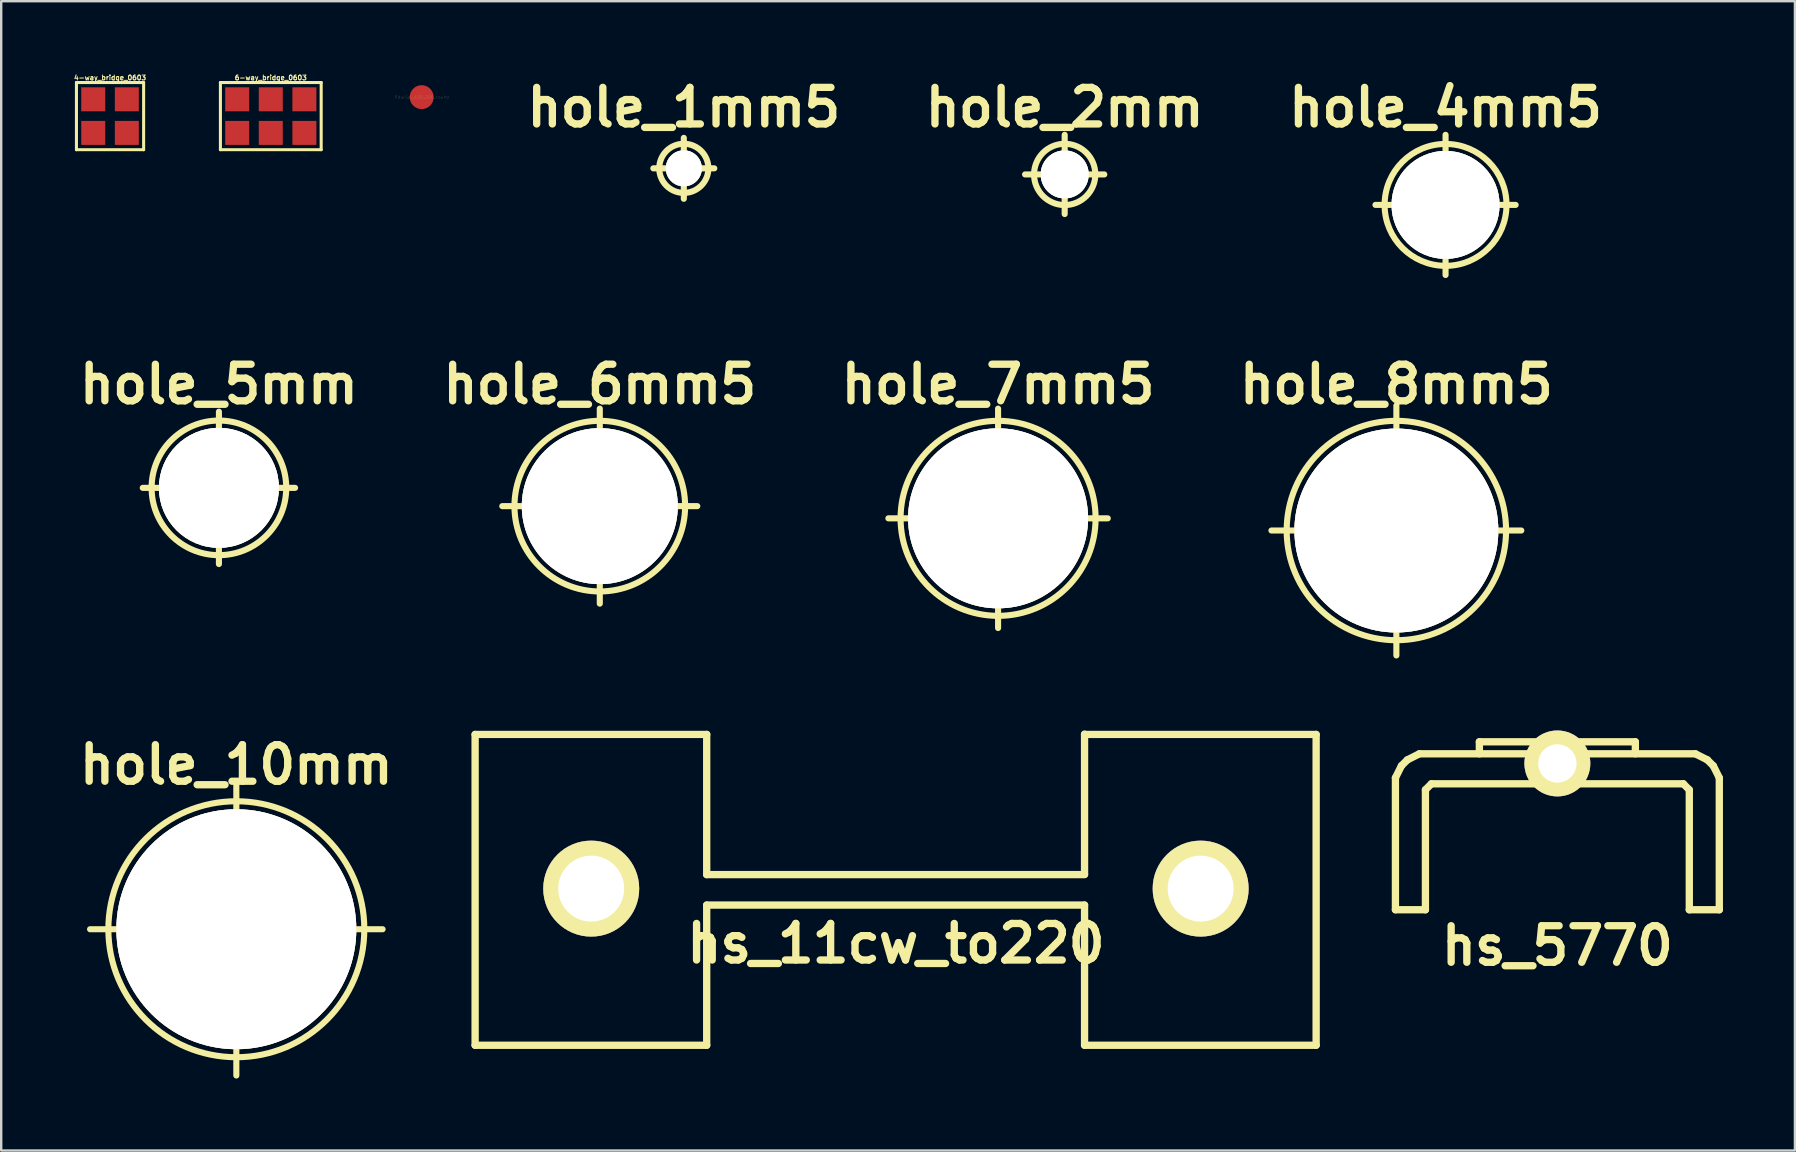
<source format=kicad_pcb>
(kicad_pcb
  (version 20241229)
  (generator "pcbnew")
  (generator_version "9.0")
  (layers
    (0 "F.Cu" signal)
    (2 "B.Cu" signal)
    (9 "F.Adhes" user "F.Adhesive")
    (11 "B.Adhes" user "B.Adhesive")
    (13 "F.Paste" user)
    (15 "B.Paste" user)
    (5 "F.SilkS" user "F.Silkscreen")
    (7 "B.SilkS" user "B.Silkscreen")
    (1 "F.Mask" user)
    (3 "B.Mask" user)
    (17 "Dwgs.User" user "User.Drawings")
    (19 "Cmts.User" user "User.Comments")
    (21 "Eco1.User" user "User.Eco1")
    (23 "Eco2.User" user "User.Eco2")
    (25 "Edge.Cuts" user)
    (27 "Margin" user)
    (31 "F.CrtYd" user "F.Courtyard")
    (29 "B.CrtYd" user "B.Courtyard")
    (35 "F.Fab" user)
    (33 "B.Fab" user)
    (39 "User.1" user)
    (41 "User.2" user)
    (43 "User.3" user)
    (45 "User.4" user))
  (footprint "hole_2mm"
    (layer "F.Cu")
    (at 41.324 4.22)
    (property "Reference" "hole_2mm" (at 0 -2.794 0) (layer "F.SilkS") (effects (font (size 1.524 1.524) (thickness 0.305))))
    (attr through_hole)
    (fp_line (start -1.651 0) (end 1.651 0) (stroke (width 0.254) (type solid)) (layer "F.SilkS"))
    (fp_line (start 0 -1.651) (end 0 1.651) (stroke (width 0.254) (type solid)) (layer "F.SilkS"))
    (fp_circle (center 0 0) (end 1.27 -0.127) (stroke (width 0.254) (type solid)) (fill no) (layer "F.SilkS"))
    (pad "1" thru_hole circle (at 0 0) (size 1.999 1.999) (drill 1.999) (layers "*.Cu" "F.SilkS")))
  (footprint "hole_4mm5"
    (layer "F.Cu")
    (at 57.198 5.49)
    (property "Reference" "hole_4mm5" (at 0 -4.064 0) (layer "F.SilkS") (effects (font (size 1.524 1.524) (thickness 0.305))))
    (attr through_hole)
    (fp_line (start -2.921 0) (end 2.921 0) (stroke (width 0.254) (type solid)) (layer "F.SilkS"))
    (fp_line (start 0 -2.921) (end 0 2.921) (stroke (width 0.254) (type solid)) (layer "F.SilkS"))
    (fp_circle (center 0 0) (end 2.54 0) (stroke (width 0.254) (type solid)) (fill no) (layer "F.SilkS"))
    (pad "1" thru_hole circle (at 0 0) (size 4.501 4.501) (drill 4.501) (layers "*.Cu" "F.SilkS")))
  (footprint "4-way_bridge_0603"
    (layer "F.Cu")
    (at 1.536 1.789)
    (property "Reference" "4-way_bridge_0603" (at 0 -1.6 0) (layer "F.SilkS") (effects (font (size 0.201 0.201) (thickness 0.041))))
    (attr through_hole)
    (fp_line (start -1.4 -1.4) (end 1.4 -1.4) (stroke (width 0.127) (type solid)) (layer "F.SilkS"))
    (fp_line (start -1.4 1.4) (end -1.4 -1.4) (stroke (width 0.127) (type solid)) (layer "F.SilkS"))
    (fp_line (start 1.4 1.4) (end -1.4 1.4) (stroke (width 0.127) (type solid)) (layer "F.SilkS"))
    (fp_line (start 1.4 1.4) (end 1.4 -1.4) (stroke (width 0.127) (type solid)) (layer "F.SilkS"))
    (pad "1" smd rect (at 0.7 -0.7) (size 1 1) (layers "F.Cu" "F.Mask" "F.Paste"))
    (pad "2" smd rect (at 0.7 0.7) (size 1 1) (layers "F.Cu" "F.Mask" "F.Paste"))
    (pad "3" smd rect (at -0.7 -0.7) (size 1 1) (layers "F.Cu" "F.Mask" "F.Paste"))
    (pad "4" smd rect (at -0.7 0.7) (size 1 1) (layers "F.Cu" "F.Mask" "F.Paste")))
  (footprint "hole_7mm5"
    (layer "F.Cu")
    (at 38.548 18.553)
    (property "Reference" "hole_7mm5" (at 0 -5.588 0) (layer "F.SilkS") (effects (font (size 1.524 1.524) (thickness 0.305))))
    (attr through_hole)
    (fp_line (start -4.572 0) (end 4.572 0) (stroke (width 0.254) (type solid)) (layer "F.SilkS"))
    (fp_line (start 0 -4.572) (end 0 4.572) (stroke (width 0.254) (type solid)) (layer "F.SilkS"))
    (fp_circle (center 0 0) (end 4.064 0) (stroke (width 0.254) (type solid)) (fill no) (layer "F.SilkS"))
    (pad "1" thru_hole circle (at 0 0) (size 7.501 7.501) (drill 7.501) (layers "*.Cu" "F.SilkS")))
  (footprint "hole_8mm5"
    (layer "F.Cu")
    (at 55.148 19.061)
    (property "Reference" "hole_8mm5" (at 0 -6.096 0) (layer "F.SilkS") (effects (font (size 1.524 1.524) (thickness 0.305))))
    (attr through_hole)
    (fp_line (start -5.207 0) (end 5.207 0) (stroke (width 0.254) (type solid)) (layer "F.SilkS"))
    (fp_line (start 0 5.207) (end 0 -5.207) (stroke (width 0.254) (type solid)) (layer "F.SilkS"))
    (fp_circle (center 0 0) (end 4.572 0) (stroke (width 0.254) (type solid)) (fill no) (layer "F.SilkS"))
    (pad "1" thru_hole circle (at 0 0) (size 8.499 8.499) (drill 8.499) (layers "*.Cu" "F.SilkS")))
  (footprint "hs_11cw_to220"
    (layer "F.Cu")
    (at 34.291 33.986)
    (property "Reference" "hs_11cw_to220" (at 0 2.286 0) (layer "F.SilkS") (effects (font (size 1.524 1.524) (thickness 0.305))))
    (attr through_hole)
    (fp_line (start -17.539 -6.426) (end -17.539 6.528) (stroke (width 0.305) (type solid)) (layer "F.SilkS"))
    (fp_line (start -17.539 6.528) (end -7.887 6.528) (stroke (width 0.305) (type solid)) (layer "F.SilkS"))
    (fp_line (start -7.887 -6.426) (end -17.539 -6.426) (stroke (width 0.305) (type solid)) (layer "F.SilkS"))
    (fp_line (start -7.887 -6.426) (end -7.887 -0.584) (stroke (width 0.305) (type solid)) (layer "F.SilkS"))
    (fp_line (start -7.887 0.686) (end -7.887 6.528) (stroke (width 0.305) (type solid)) (layer "F.SilkS"))
    (fp_line (start -7.887 0.686) (end 7.861 0.686) (stroke (width 0.305) (type solid)) (layer "F.SilkS"))
    (fp_line (start 7.861 -6.439) (end 7.861 -0.597) (stroke (width 0.305) (type solid)) (layer "F.SilkS"))
    (fp_line (start 7.861 -0.584) (end -7.887 -0.584) (stroke (width 0.305) (type solid)) (layer "F.SilkS"))
    (fp_line (start 7.861 6.528) (end 7.861 0.686) (stroke (width 0.305) (type solid)) (layer "F.SilkS"))
    (fp_line (start 7.861 6.528) (end 17.513 6.528) (stroke (width 0.305) (type solid)) (layer "F.SilkS"))
    (fp_line (start 17.513 -6.426) (end 7.861 -6.426) (stroke (width 0.305) (type solid)) (layer "F.SilkS"))
    (fp_line (start 17.513 -6.426) (end 17.513 6.528) (stroke (width 0.305) (type solid)) (layer "F.SilkS"))
    (pad "" thru_hole circle (at -12.7 0) (size 4 4) (drill 2.748) (layers "*.Cu" "*.Mask" "F.SilkS"))
    (pad "" thru_hole circle (at 12.7 0) (size 4 4) (drill 2.748) (layers "*.Cu" "*.Mask" "F.SilkS")))
  (footprint "hole_10mm"
    (layer "F.Cu")
    (at 6.8 35.679)
    (property "Reference" "hole_10mm" (at 0 -6.858 0) (layer "F.SilkS") (effects (font (size 1.524 1.524) (thickness 0.305))))
    (attr through_hole)
    (fp_line (start -6.096 0) (end 6.096 0) (stroke (width 0.254) (type solid)) (layer "F.SilkS"))
    (fp_line (start 0 -6.096) (end 0 6.096) (stroke (width 0.254) (type solid)) (layer "F.SilkS"))
    (fp_circle (center 0 0) (end 5.334 0) (stroke (width 0.254) (type solid)) (fill no) (layer "F.SilkS"))
    (pad "1" thru_hole circle (at 0 0) (size 10 10) (drill 10) (layers "*.Cu" "F.SilkS")))
  (footprint "hs_5770"
    (layer "F.Cu")
    (at 61.858 29.617)
    (property "Reference" "hs_5770" (at 0 6.749 0) (layer "F.SilkS") (effects (font (size 1.524 1.524) (thickness 0.305))))
    (attr through_hole)
    (fp_line (start -6.749 -0.249) (end -6.5 -0.749) (stroke (width 0.305) (type solid)) (layer "F.SilkS"))
    (fp_line (start -6.749 5.25) (end -6.749 -0.249) (stroke (width 0.305) (type solid)) (layer "F.SilkS"))
    (fp_line (start -6.5 -0.749) (end -6.251 -0.998) (stroke (width 0.305) (type solid)) (layer "F.SilkS"))
    (fp_line (start -6.251 -0.998) (end -5.751 -1.25) (stroke (width 0.305) (type solid)) (layer "F.SilkS"))
    (fp_line (start -5.499 0.251) (end -5.499 5.25) (stroke (width 0.305) (type solid)) (layer "F.SilkS"))
    (fp_line (start -5.499 0.251) (end -5.25 0) (stroke (width 0.305) (type solid)) (layer "F.SilkS"))
    (fp_line (start -5.499 5.25) (end -6.749 5.25) (stroke (width 0.305) (type solid)) (layer "F.SilkS"))
    (fp_line (start -5.25 0) (end 5.25 0) (stroke (width 0.305) (type solid)) (layer "F.SilkS"))
    (fp_line (start -3.251 -1.75) (end 3.251 -1.75) (stroke (width 0.305) (type solid)) (layer "F.SilkS"))
    (fp_line (start -3.251 -1.25) (end -3.251 -1.75) (stroke (width 0.305) (type solid)) (layer "F.SilkS"))
    (fp_line (start 3.251 -1.75) (end 3.251 -1.25) (stroke (width 0.305) (type solid)) (layer "F.SilkS"))
    (fp_line (start 5.25 0) (end 5.499 0.251) (stroke (width 0.305) (type solid)) (layer "F.SilkS"))
    (fp_line (start 5.499 5.25) (end 5.499 0.251) (stroke (width 0.305) (type solid)) (layer "F.SilkS"))
    (fp_line (start 5.751 -1.25) (end -5.751 -1.25) (stroke (width 0.305) (type solid)) (layer "F.SilkS"))
    (fp_line (start 5.751 -1.25) (end 6.251 -0.998) (stroke (width 0.305) (type solid)) (layer "F.SilkS"))
    (fp_line (start 6.251 -0.998) (end 6.5 -0.749) (stroke (width 0.305) (type solid)) (layer "F.SilkS"))
    (fp_line (start 6.5 -0.749) (end 6.749 -0.249) (stroke (width 0.305) (type solid)) (layer "F.SilkS"))
    (fp_line (start 6.749 -0.249) (end 6.749 5.25) (stroke (width 0.305) (type solid)) (layer "F.SilkS"))
    (fp_line (start 6.749 5.25) (end 5.499 5.25) (stroke (width 0.305) (type solid)) (layer "F.SilkS"))
    (pad "" thru_hole circle (at 0 -0.848) (size 2.748 2.748) (drill 1.598) (layers "*.Cu" "*.Mask" "F.SilkS")))
  (footprint "hole_1mm5"
    (layer "F.Cu")
    (at 25.45 3.966)
    (property "Reference" "hole_1mm5" (at 0 -2.54 0) (layer "F.SilkS") (effects (font (size 1.524 1.524) (thickness 0.305))))
    (attr through_hole)
    (fp_line (start -1.27 0) (end 1.27 0) (stroke (width 0.254) (type solid)) (layer "F.SilkS"))
    (fp_line (start 0 -1.27) (end 0 1.27) (stroke (width 0.254) (type solid)) (layer "F.SilkS"))
    (fp_circle (center 0 0) (end 1.016 -0.127) (stroke (width 0.254) (type solid)) (fill no) (layer "F.SilkS"))
    (pad "1" thru_hole circle (at 0 0) (size 1.501 1.501) (drill 1.501) (layers "*.Cu" "F.SilkS")))
  (footprint "fiducial_100_200_round"
    (layer "F.Cu")
    (at 14.525 0.999)
    (property "Reference" "fiducial_100_200_round" (at 0 0 0) (layer "F.SilkS") (effects (font (size 0.127 0.127) (thickness 0.003))))
    (attr through_hole)
    (pad "" smd circle (at 0 0) (size 1.999 1.999) (layers "F.Mask"))
    (pad "1" smd circle (at 0 0) (size 0.996 0.996) (layers "F.Cu" "F.Mask")))
  (footprint "hole_6mm5"
    (layer "F.Cu")
    (at 21.948 18.045)
    (property "Reference" "hole_6mm5" (at 0 -5.08 0) (layer "F.SilkS") (effects (font (size 1.524 1.524) (thickness 0.305))))
    (attr through_hole)
    (fp_line (start -4.064 0) (end 4.064 0) (stroke (width 0.254) (type solid)) (layer "F.SilkS"))
    (fp_line (start 0 -4.064) (end 0 4.064) (stroke (width 0.254) (type solid)) (layer "F.SilkS"))
    (fp_circle (center 0 0) (end 3.556 0) (stroke (width 0.254) (type solid)) (fill no) (layer "F.SilkS"))
    (pad "1" thru_hole circle (at 0 0) (size 6.5 6.5) (drill 6.5) (layers "*.Cu" "F.SilkS")))
  (footprint "6-way_bridge_0603"
    (layer "F.Cu")
    (at 8.236 1.789)
    (property "Reference" "6-way_bridge_0603" (at 0 -1.6 0) (layer "F.SilkS") (effects (font (size 0.201 0.201) (thickness 0.041))))
    (attr through_hole)
    (fp_line (start -2.1 -1.4) (end 2.1 -1.4) (stroke (width 0.127) (type solid)) (layer "F.SilkS"))
    (fp_line (start -2.1 1.4) (end -2.1 -1.4) (stroke (width 0.127) (type solid)) (layer "F.SilkS"))
    (fp_line (start 2.1 1.4) (end -2.1 1.4) (stroke (width 0.127) (type solid)) (layer "F.SilkS"))
    (fp_line (start 2.1 1.4) (end 2.1 -1.4) (stroke (width 0.127) (type solid)) (layer "F.SilkS"))
    (pad "1" smd rect (at 1.4 -0.7) (size 1 1) (layers "F.Cu" "F.Mask" "F.Paste"))
    (pad "2" smd rect (at 1.4 0.7) (size 1 1) (layers "F.Cu" "F.Mask" "F.Paste"))
    (pad "3" smd rect (at 0 -0.7) (size 1 1) (layers "F.Cu" "F.Mask" "F.Paste"))
    (pad "4" smd rect (at 0 0.7) (size 1 1) (layers "F.Cu" "F.Mask" "F.Paste"))
    (pad "5" smd rect (at -1.4 -0.7) (size 1 1) (layers "F.Cu" "F.Mask" "F.Paste"))
    (pad "6" smd rect (at -1.4 0.7) (size 1 1) (layers "F.Cu" "F.Mask" "F.Paste")))
  (footprint "hole_5mm"
    (layer "F.Cu")
    (at 6.074 17.283)
    (property "Reference" "hole_5mm" (at 0 -4.318 0) (layer "F.SilkS") (effects (font (size 1.524 1.524) (thickness 0.305))))
    (attr through_hole)
    (fp_line (start -3.175 0) (end 3.175 0) (stroke (width 0.254) (type solid)) (layer "F.SilkS"))
    (fp_line (start 0 -3.175) (end 0 3.175) (stroke (width 0.254) (type solid)) (layer "F.SilkS"))
    (fp_circle (center 0 0) (end 2.794 -0.254) (stroke (width 0.254) (type solid)) (fill no) (layer "F.SilkS"))
    (pad "1" thru_hole circle (at 0 0) (size 5.001 5.001) (drill 5.001) (layers "*.Cu" "F.SilkS")))
  (gr_rect
    (start -3 -3)
    (end 71.759 44.902)
    (stroke (width 0.1) (type default))
    (fill no)
    (layer "Edge.Cuts")))
</source>
